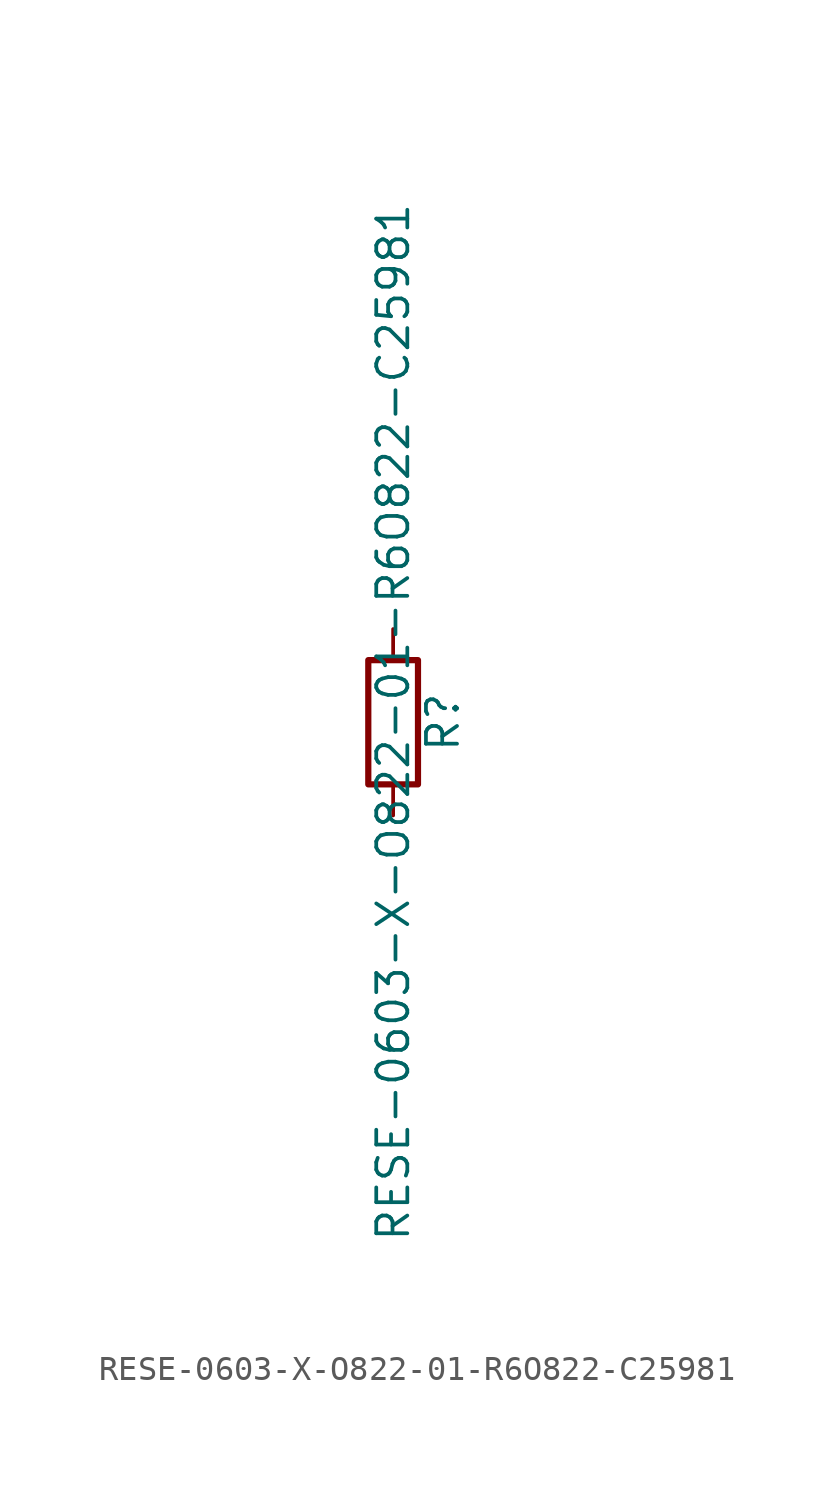
<source format=kicad_sym>
(kicad_symbol_lib
  (version 20211014)
  (generator kicad_symbol_editor)
  (symbol "RESE-0603-X-O822-01-R6O822-C25981"
    (pin_numbers hide)
    (pin_names
      (offset 0))
    (property "Reference" "R"
      (at 2.032 0 90)
      (effects (font (size 1.27 1.27))))
    (property "Value" "RESE-0603-X-O822-01-R6O822-C25981"
      (at 0 0 90)
      (effects (font (size 1.27 1.27))))
    (symbol "RESE-0603-X-O822-01-R6O822-C25981_0_1"
      (rectangle (start -1.016 -2.54) (end 1.016 2.54) (stroke (width 0.254) (type default) (color 0 0 0 0)) (fill (type none))))
    (symbol "RESE-0603-X-O822-01-R6O822-C25981_1_1"
      (pin passive line (at 0 3.81 270) (length 1.27) (name "~" (effects (font (size 1.27 1.27)))) (number "1" (effects (font (size 1.27 1.27)))))
      (pin passive line (at 0 -3.81 90) (length 1.27) (name "~" (effects (font (size 1.27 1.27)))) (number "2" (effects (font (size 1.27 1.27))))))))
</source>
